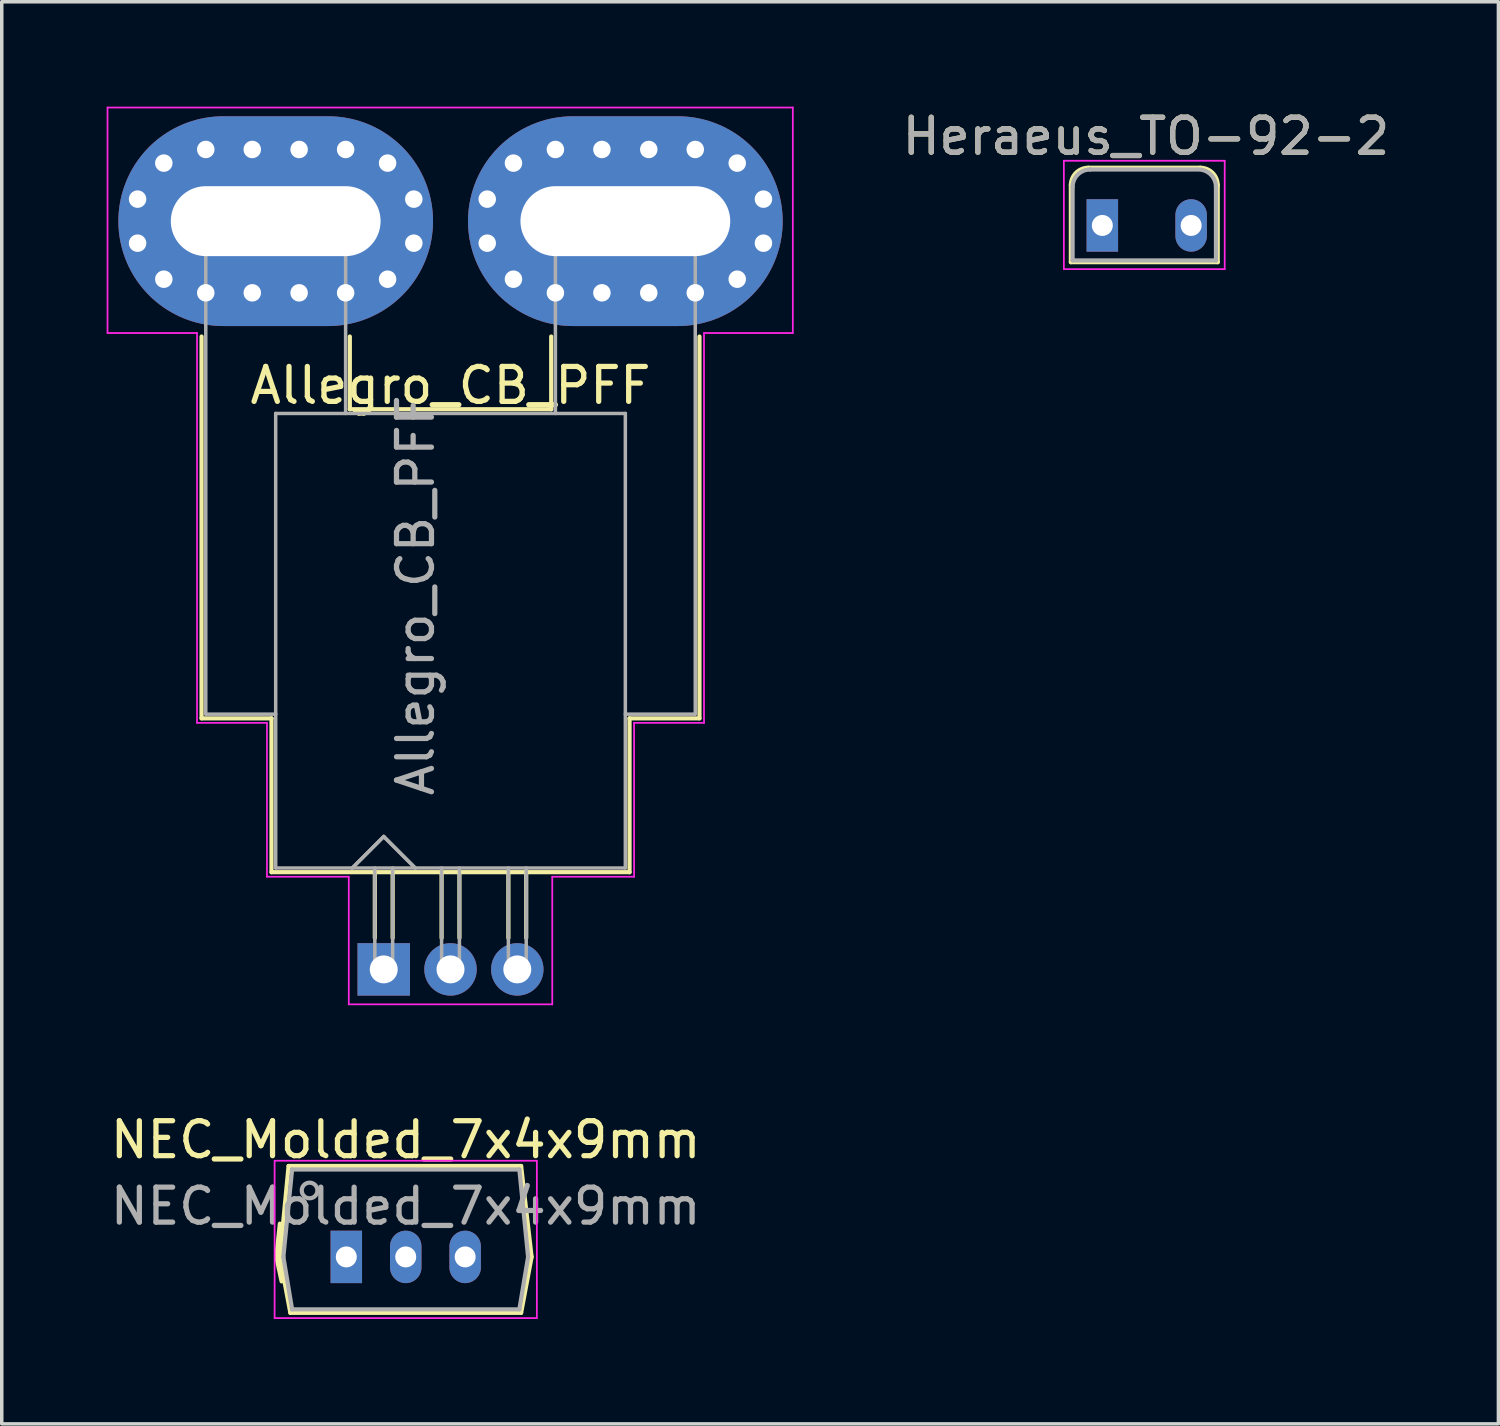
<source format=kicad_pcb>
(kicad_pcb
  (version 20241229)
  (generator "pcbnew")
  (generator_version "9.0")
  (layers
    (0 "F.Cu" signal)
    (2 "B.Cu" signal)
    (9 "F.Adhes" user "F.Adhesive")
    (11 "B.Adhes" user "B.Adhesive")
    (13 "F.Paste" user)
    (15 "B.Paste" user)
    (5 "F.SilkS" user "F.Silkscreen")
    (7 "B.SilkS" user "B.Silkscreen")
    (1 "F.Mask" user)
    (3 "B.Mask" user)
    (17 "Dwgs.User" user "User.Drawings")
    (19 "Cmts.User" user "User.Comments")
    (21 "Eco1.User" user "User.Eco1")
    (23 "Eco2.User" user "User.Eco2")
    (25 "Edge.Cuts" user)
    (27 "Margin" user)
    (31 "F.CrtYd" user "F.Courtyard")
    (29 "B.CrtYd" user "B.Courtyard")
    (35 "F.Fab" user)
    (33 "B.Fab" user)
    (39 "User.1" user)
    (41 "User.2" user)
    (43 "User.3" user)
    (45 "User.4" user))
  (footprint "Heraeus_TO-92-2"
    (layer "F.Cu")
    (at 28.477 3.398)
    (property "Reference" "Heraeus_TO-92-2" (at 1.25 -2.55 0) (layer "F.SilkS") (effects (font (size 1 1) (thickness 0.15))))
    (attr through_hole)
    (fp_line (start -0.9 1.05) (end -0.9 -1.15) (stroke (width 0.12) (type solid)) (layer "F.SilkS"))
    (fp_line (start -0.4 -1.65) (end 2.8 -1.65) (stroke (width 0.12) (type solid)) (layer "F.SilkS"))
    (fp_line (start 3.3 -1.15) (end 3.3 1.05) (stroke (width 0.12) (type solid)) (layer "F.SilkS"))
    (fp_line (start 3.3 1.05) (end -0.9 1.05) (stroke (width 0.12) (type solid)) (layer "F.SilkS"))
    (fp_arc (start -0.9 -1.15) (mid -0.753553 -1.503553) (end -0.4 -1.65) (stroke (width 0.12) (type solid)) (layer "F.SilkS"))
    (fp_arc (start 2.8 -1.65) (mid 3.153553 -1.503553) (end 3.3 -1.15) (stroke (width 0.12) (type solid)) (layer "F.SilkS"))
    (fp_line (start -1.1 -1.85) (end -1.1 1.25) (stroke (width 0.05) (type solid)) (layer "F.CrtYd"))
    (fp_line (start -1.1 1.25) (end 3.5 1.25) (stroke (width 0.05) (type solid)) (layer "F.CrtYd"))
    (fp_line (start 3.5 -1.85) (end -1.1 -1.85) (stroke (width 0.05) (type solid)) (layer "F.CrtYd"))
    (fp_line (start 3.5 1.25) (end 3.5 -1.85) (stroke (width 0.05) (type solid)) (layer "F.CrtYd"))
    (fp_line (start -0.85 -1.1) (end -0.85 1) (stroke (width 0.12) (type solid)) (layer "F.Fab"))
    (fp_line (start -0.85 1) (end 3.25 1) (stroke (width 0.12) (type solid)) (layer "F.Fab"))
    (fp_line (start 2.7 -1.6) (end -0.35 -1.6) (stroke (width 0.12) (type solid)) (layer "F.Fab"))
    (fp_line (start 3.25 1) (end 3.25 -1.1) (stroke (width 0.12) (type solid)) (layer "F.Fab"))
    (fp_arc (start -0.85 -1.1) (mid -0.703553 -1.453553) (end -0.35 -1.6) (stroke (width 0.12) (type solid)) (layer "F.Fab"))
    (fp_arc (start 2.75 -1.6) (mid 3.103553 -1.453553) (end 3.25 -1.1) (stroke (width 0.12) (type solid)) (layer "F.Fab"))
    (fp_text user "${REFERENCE}" (at 1.25 -2.55 0) (layer "F.Fab") (effects (font (size 1 1) (thickness 0.15))))
    (pad "1" thru_hole rect (at 0 0 180) (size 0.9 1.5) (drill 0.6) (layers "*.Cu" "*.Mask"))
    (pad "2" thru_hole oval (at 2.54 0 180) (size 0.9 1.5) (drill 0.6) (layers "*.Cu" "*.Mask")))
  (footprint "NEC_Molded_7x4x9mm"
    (layer "F.Cu")
    (at 6.854 32.898)
    (property "Reference" "NEC_Molded_7x4x9mm" (at 1.7 -3.35 0) (layer "F.SilkS") (effects (font (size 1 1) (thickness 0.15))))
    (attr through_hole)
    (fp_line (start -2 0) (end -1.85 0.7) (stroke (width 0.12) (type solid)) (layer "F.SilkS"))
    (fp_line (start -1.9 -0.95) (end -2 0) (stroke (width 0.12) (type solid)) (layer "F.SilkS"))
    (fp_line (start -1.9 0) (end -1.6 1.6) (stroke (width 0.12) (type solid)) (layer "F.SilkS"))
    (fp_line (start -1.65 -2.6) (end -1.9 0) (stroke (width 0.12) (type solid)) (layer "F.SilkS"))
    (fp_line (start -1.6 1.6) (end 5 1.6) (stroke (width 0.12) (type solid)) (layer "F.SilkS"))
    (fp_line (start 5 -2.6) (end -1.65 -2.6) (stroke (width 0.12) (type solid)) (layer "F.SilkS"))
    (fp_line (start 5 1.6) (end 5.3 0) (stroke (width 0.12) (type solid)) (layer "F.SilkS"))
    (fp_line (start 5.3 0) (end 5 -2.6) (stroke (width 0.12) (type solid)) (layer "F.SilkS"))
    (fp_line (start -2.05 -2.75) (end -2.05 1.75) (stroke (width 0.05) (type solid)) (layer "F.CrtYd"))
    (fp_line (start -2.05 1.75) (end 5.45 1.75) (stroke (width 0.05) (type solid)) (layer "F.CrtYd"))
    (fp_line (start 5.45 -2.75) (end -2.05 -2.75) (stroke (width 0.05) (type solid)) (layer "F.CrtYd"))
    (fp_line (start 5.45 1.75) (end 5.45 -2.75) (stroke (width 0.05) (type solid)) (layer "F.CrtYd"))
    (fp_line (start -1.8 0) (end -1.55 -2.5) (stroke (width 0.12) (type solid)) (layer "F.Fab"))
    (fp_line (start -1.55 1.5) (end -1.8 0) (stroke (width 0.12) (type solid)) (layer "F.Fab"))
    (fp_line (start -1.55 1.5) (end 4.95 1.5) (stroke (width 0.12) (type solid)) (layer "F.Fab"))
    (fp_line (start 4.95 -2.5) (end -1.55 -2.5) (stroke (width 0.12) (type solid)) (layer "F.Fab"))
    (fp_line (start 4.95 -2.5) (end 5.2 0) (stroke (width 0.12) (type solid)) (layer "F.Fab"))
    (fp_line (start 5.2 0) (end 4.95 1.5) (stroke (width 0.12) (type solid)) (layer "F.Fab"))
    (fp_circle (center -1.05 -1.9) (end -0.85 -1.8) (stroke (width 0.12) (type solid)) (fill no) (layer "F.Fab"))
    (fp_text user "${REFERENCE}" (at 1.7 -1.45 0) (layer "F.Fab") (effects (font (size 1 1) (thickness 0.15))))
    (pad "1" thru_hole rect (at 0 0 180) (size 0.9 1.5) (drill 0.6) (layers "*.Cu" "*.Mask"))
    (pad "2" thru_hole oval (at 1.7 0 180) (size 0.9 1.5) (drill 0.6) (layers "*.Cu" "*.Mask"))
    (pad "3" thru_hole oval (at 3.4 0 180) (size 0.9 1.5) (drill 0.6) (layers "*.Cu" "*.Mask")))
  (footprint "Allegro_CB_PFF"
    (layer "F.Cu")
    (at 7.925 24.675)
    (property "Reference" "Allegro_CB_PFF" (at 1.91 -16.7 0) (layer "F.SilkS") (effects (font (size 1 1) (thickness 0.15))))
    (attr through_hole)
    (fp_line (start -5.21 -7.18) (end -5.21 -18.1) (stroke (width 0.12) (type solid)) (layer "F.SilkS"))
    (fp_line (start -3.21 -7.18) (end -5.21 -7.18) (stroke (width 0.12) (type solid)) (layer "F.SilkS"))
    (fp_line (start -3.21 -2.78) (end -3.21 -7.18) (stroke (width 0.12) (type solid)) (layer "F.SilkS"))
    (fp_line (start -0.97 -16.02) (end -0.97 -18.1) (stroke (width 0.12) (type solid)) (layer "F.SilkS"))
    (fp_line (start -0.97 -16.02) (end 4.79 -16.02) (stroke (width 0.12) (type solid)) (layer "F.SilkS"))
    (fp_line (start -0.255 -2.78) (end -0.255 -0.9) (stroke (width 0.12) (type solid)) (layer "F.SilkS"))
    (fp_line (start 0.255 -2.78) (end 0.255 -0.9) (stroke (width 0.12) (type solid)) (layer "F.SilkS"))
    (fp_line (start 1.655 -2.78) (end 1.655 -0.9) (stroke (width 0.12) (type solid)) (layer "F.SilkS"))
    (fp_line (start 2.165 -2.78) (end 2.165 -0.9) (stroke (width 0.12) (type solid)) (layer "F.SilkS"))
    (fp_line (start 3.565 -2.78) (end 3.565 -0.9) (stroke (width 0.12) (type solid)) (layer "F.SilkS"))
    (fp_line (start 4.075 -2.78) (end 4.075 -0.9) (stroke (width 0.12) (type solid)) (layer "F.SilkS"))
    (fp_line (start 4.79 -16.02) (end 4.79 -18.1) (stroke (width 0.12) (type solid)) (layer "F.SilkS"))
    (fp_line (start 7.03 -7.18) (end 9.03 -7.18) (stroke (width 0.12) (type solid)) (layer "F.SilkS"))
    (fp_line (start 7.03 -2.78) (end -3.21 -2.78) (stroke (width 0.12) (type solid)) (layer "F.SilkS"))
    (fp_line (start 7.03 -2.78) (end 7.03 -7.18) (stroke (width 0.12) (type solid)) (layer "F.SilkS"))
    (fp_line (start 9.03 -7.18) (end 9.03 -18.1) (stroke (width 0.12) (type solid)) (layer "F.SilkS"))
    (fp_line (start -7.9 -24.65) (end 11.7 -24.65) (stroke (width 0.05) (type solid)) (layer "F.CrtYd"))
    (fp_line (start -7.9 -18.2) (end -7.9 -24.65) (stroke (width 0.05) (type solid)) (layer "F.CrtYd"))
    (fp_line (start -7.9 -18.2) (end -5.34 -18.2) (stroke (width 0.05) (type solid)) (layer "F.CrtYd"))
    (fp_line (start -5.34 -7.05) (end -5.34 -18.2) (stroke (width 0.05) (type solid)) (layer "F.CrtYd"))
    (fp_line (start -3.34 -7.05) (end -5.34 -7.05) (stroke (width 0.05) (type solid)) (layer "F.CrtYd"))
    (fp_line (start -3.34 -7.05) (end -3.34 -2.65) (stroke (width 0.05) (type solid)) (layer "F.CrtYd"))
    (fp_line (start -1 -2.65) (end -3.34 -2.65) (stroke (width 0.05) (type solid)) (layer "F.CrtYd"))
    (fp_line (start -1 -2.65) (end -1 1) (stroke (width 0.05) (type solid)) (layer "F.CrtYd"))
    (fp_line (start 4.82 -2.65) (end 4.82 1) (stroke (width 0.05) (type solid)) (layer "F.CrtYd"))
    (fp_line (start 4.82 -2.65) (end 7.16 -2.65) (stroke (width 0.05) (type solid)) (layer "F.CrtYd"))
    (fp_line (start 4.82 1) (end -1 1) (stroke (width 0.05) (type solid)) (layer "F.CrtYd"))
    (fp_line (start 7.16 -7.05) (end 7.16 -2.65) (stroke (width 0.05) (type solid)) (layer "F.CrtYd"))
    (fp_line (start 7.16 -7.05) (end 9.16 -7.05) (stroke (width 0.05) (type solid)) (layer "F.CrtYd"))
    (fp_line (start 9.16 -18.2) (end 11.7 -18.2) (stroke (width 0.05) (type solid)) (layer "F.CrtYd"))
    (fp_line (start 9.16 -7.05) (end 9.16 -18.2) (stroke (width 0.05) (type solid)) (layer "F.CrtYd"))
    (fp_line (start 11.7 -24.65) (end 11.7 -18.2) (stroke (width 0.05) (type solid)) (layer "F.CrtYd"))
    (fp_line (start -5.09 -21.9) (end -1.09 -21.9) (stroke (width 0.1) (type solid)) (layer "F.Fab"))
    (fp_line (start -5.09 -7.3) (end -5.09 -21.9) (stroke (width 0.1) (type solid)) (layer "F.Fab"))
    (fp_line (start -5.09 -7.3) (end -3.09 -7.3) (stroke (width 0.1) (type solid)) (layer "F.Fab"))
    (fp_line (start -3.09 -15.9) (end -3.09 -2.9) (stroke (width 0.1) (type solid)) (layer "F.Fab"))
    (fp_line (start -3.09 -15.9) (end 6.91 -15.9) (stroke (width 0.1) (type solid)) (layer "F.Fab"))
    (fp_line (start -1.09 -15.9) (end -1.09 -21.9) (stroke (width 0.1) (type solid)) (layer "F.Fab"))
    (fp_line (start -0.9 -2.9) (end 0 -3.8) (stroke (width 0.1) (type solid)) (layer "F.Fab"))
    (fp_line (start -0.9 -2.9) (end 0 -3.8) (stroke (width 0.1) (type solid)) (layer "F.Fab"))
    (fp_line (start -0.255 -2.9) (end -0.255 0.19) (stroke (width 0.1) (type solid)) (layer "F.Fab"))
    (fp_line (start 0 -3.8) (end 0.9 -2.9) (stroke (width 0.1) (type solid)) (layer "F.Fab"))
    (fp_line (start 0 -3.8) (end 0.9 -2.9) (stroke (width 0.1) (type solid)) (layer "F.Fab"))
    (fp_line (start 0.255 -2.9) (end 0.255 0.19) (stroke (width 0.1) (type solid)) (layer "F.Fab"))
    (fp_line (start 1.655 -2.9) (end 1.655 0.19) (stroke (width 0.1) (type solid)) (layer "F.Fab"))
    (fp_line (start 2.165 -2.9) (end 2.165 0.19) (stroke (width 0.1) (type solid)) (layer "F.Fab"))
    (fp_line (start 3.565 -2.9) (end 3.565 0.19) (stroke (width 0.1) (type solid)) (layer "F.Fab"))
    (fp_line (start 4.075 -2.9) (end 4.075 0.19) (stroke (width 0.1) (type solid)) (layer "F.Fab"))
    (fp_line (start 4.91 -15.9) (end 4.91 -21.9) (stroke (width 0.1) (type solid)) (layer "F.Fab"))
    (fp_line (start 6.91 -15.9) (end 6.91 -2.9) (stroke (width 0.1) (type solid)) (layer "F.Fab"))
    (fp_line (start 6.91 -7.3) (end 8.91 -7.3) (stroke (width 0.1) (type solid)) (layer "F.Fab"))
    (fp_line (start 6.91 -2.9) (end -3.09 -2.9) (stroke (width 0.1) (type solid)) (layer "F.Fab"))
    (fp_line (start 8.91 -21.9) (end 4.91 -21.9) (stroke (width 0.1) (type solid)) (layer "F.Fab"))
    (fp_line (start 8.91 -7.3) (end 8.91 -21.9) (stroke (width 0.1) (type solid)) (layer "F.Fab"))
    (fp_text user "${REFERENCE}" (at 0.91 -10.7 90) (layer "F.Fab") (effects (font (size 1 1) (thickness 0.15))))
    (pad "1" thru_hole trapezoid (at 0 0) (size 1.5 1.5) (drill 0.8) (layers "*.Cu" "*.Mask"))
    (pad "2" thru_hole circle (at 1.91 0) (size 1.5 1.5) (drill 0.8) (layers "*.Cu" "*.Mask"))
    (pad "3" thru_hole circle (at 3.82 0) (size 1.5 1.5) (drill 0.8) (layers "*.Cu" "*.Mask"))
    (pad "4" thru_hole oval (at 2.96 -22.03 65) (size 0.8 0.8) (drill 0.5) (layers "*.Cu" "*.Mask"))
    (pad "4" thru_hole oval (at 2.96 -20.77 295) (size 0.8 0.8) (drill 0.5) (layers "*.Cu" "*.Mask"))
    (pad "4" thru_hole circle (at 3.71 -23.06) (size 0.8 0.8) (drill 0.5) (layers "*.Cu" "*.Mask"))
    (pad "4" thru_hole circle (at 3.71 -19.74) (size 0.8 0.8) (drill 0.5) (layers "*.Cu" "*.Mask"))
    (pad "4" thru_hole circle (at 4.91 -23.45) (size 0.8 0.8) (drill 0.5) (layers "*.Cu" "*.Mask"))
    (pad "4" thru_hole circle (at 4.91 -19.35) (size 0.8 0.8) (drill 0.5) (layers "*.Cu" "*.Mask"))
    (pad "4" thru_hole circle (at 6.24 -23.45) (size 0.8 0.8) (drill 0.5) (layers "*.Cu" "*.Mask"))
    (pad "4" thru_hole circle (at 6.24 -19.35) (size 0.8 0.8) (drill 0.5) (layers "*.Cu" "*.Mask"))
    (pad "4" thru_hole oval (at 6.91 -21.4) (size 9 6) (drill oval 6 2) (layers "*.Cu" "*.Mask"))
    (pad "4" thru_hole circle (at 7.58 -23.45) (size 0.8 0.8) (drill 0.5) (layers "*.Cu" "*.Mask"))
    (pad "4" thru_hole circle (at 7.58 -19.35) (size 0.8 0.8) (drill 0.5) (layers "*.Cu" "*.Mask"))
    (pad "4" thru_hole circle (at 8.91 -23.45) (size 0.8 0.8) (drill 0.5) (layers "*.Cu" "*.Mask"))
    (pad "4" thru_hole circle (at 8.91 -19.35) (size 0.8 0.8) (drill 0.5) (layers "*.Cu" "*.Mask"))
    (pad "4" thru_hole circle (at 10.11 -23.06) (size 0.8 0.8) (drill 0.5) (layers "*.Cu" "*.Mask"))
    (pad "4" thru_hole circle (at 10.11 -19.74) (size 0.8 0.8) (drill 0.5) (layers "*.Cu" "*.Mask"))
    (pad "4" thru_hole circle (at 10.86 -22.03) (size 0.8 0.8) (drill 0.5) (layers "*.Cu" "*.Mask"))
    (pad "4" thru_hole circle (at 10.86 -20.77) (size 0.8 0.8) (drill 0.5) (layers "*.Cu" "*.Mask"))
    (pad "5" thru_hole circle (at -7.04 -22.03) (size 0.8 0.8) (drill 0.5) (layers "*.Cu" "*.Mask"))
    (pad "5" thru_hole circle (at -7.04 -20.77) (size 0.8 0.8) (drill 0.5) (layers "*.Cu" "*.Mask"))
    (pad "5" thru_hole circle (at -6.29 -23.06) (size 0.8 0.8) (drill 0.5) (layers "*.Cu" "*.Mask"))
    (pad "5" thru_hole circle (at -6.29 -19.74) (size 0.8 0.8) (drill 0.5) (layers "*.Cu" "*.Mask"))
    (pad "5" thru_hole circle (at -5.09 -23.45) (size 0.8 0.8) (drill 0.5) (layers "*.Cu" "*.Mask"))
    (pad "5" thru_hole circle (at -5.09 -19.35) (size 0.8 0.8) (drill 0.5) (layers "*.Cu" "*.Mask"))
    (pad "5" thru_hole circle (at -3.76 -23.45) (size 0.8 0.8) (drill 0.5) (layers "*.Cu" "*.Mask"))
    (pad "5" thru_hole circle (at -3.76 -19.35) (size 0.8 0.8) (drill 0.5) (layers "*.Cu" "*.Mask"))
    (pad "5" thru_hole oval (at -3.09 -21.4) (size 9 6) (drill oval 6 2) (layers "*.Cu" "*.Mask"))
    (pad "5" thru_hole circle (at -2.42 -23.45) (size 0.8 0.8) (drill 0.5) (layers "*.Cu" "*.Mask"))
    (pad "5" thru_hole circle (at -2.42 -19.35) (size 0.8 0.8) (drill 0.5) (layers "*.Cu" "*.Mask"))
    (pad "5" thru_hole circle (at -1.09 -23.45) (size 0.8 0.8) (drill 0.5) (layers "*.Cu" "*.Mask"))
    (pad "5" thru_hole circle (at -1.09 -19.35) (size 0.8 0.8) (drill 0.5) (layers "*.Cu" "*.Mask"))
    (pad "5" thru_hole circle (at 0.11 -23.06) (size 0.8 0.8) (drill 0.5) (layers "*.Cu" "*.Mask"))
    (pad "5" thru_hole circle (at 0.11 -19.74) (size 0.8 0.8) (drill 0.5) (layers "*.Cu" "*.Mask"))
    (pad "5" thru_hole oval (at 0.86 -22.03 295) (size 0.8 0.8) (drill 0.5) (layers "*.Cu" "*.Mask"))
    (pad "5" thru_hole oval (at 0.86 -20.77 65) (size 0.8 0.8) (drill 0.5) (layers "*.Cu" "*.Mask")))
  (gr_rect
    (start -3 -3)
    (end 39.805 37.673)
    (stroke (width 0.1) (type default))
    (fill no)
    (layer "Edge.Cuts")))
</source>
